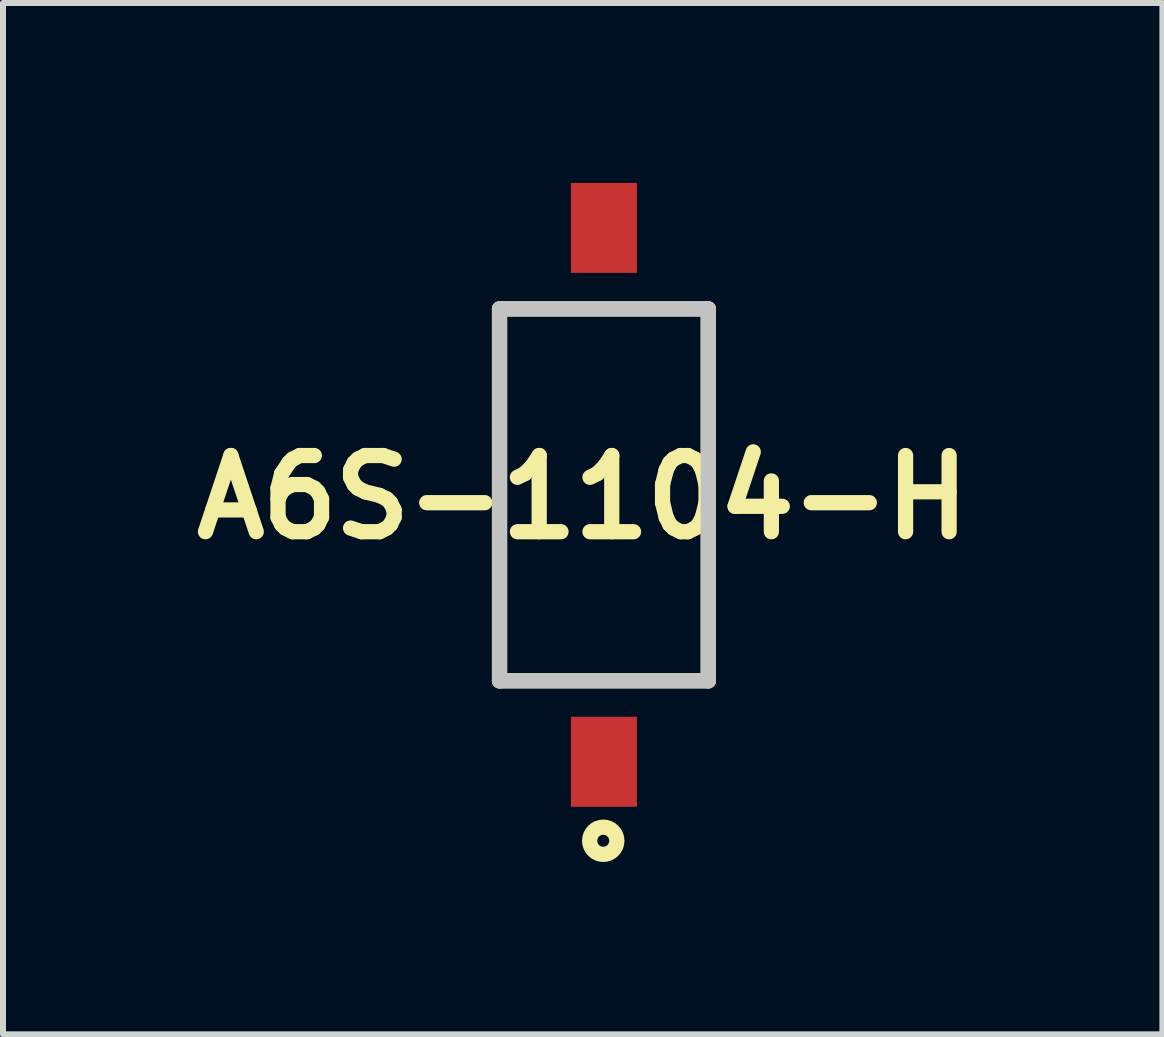
<source format=kicad_pcb>
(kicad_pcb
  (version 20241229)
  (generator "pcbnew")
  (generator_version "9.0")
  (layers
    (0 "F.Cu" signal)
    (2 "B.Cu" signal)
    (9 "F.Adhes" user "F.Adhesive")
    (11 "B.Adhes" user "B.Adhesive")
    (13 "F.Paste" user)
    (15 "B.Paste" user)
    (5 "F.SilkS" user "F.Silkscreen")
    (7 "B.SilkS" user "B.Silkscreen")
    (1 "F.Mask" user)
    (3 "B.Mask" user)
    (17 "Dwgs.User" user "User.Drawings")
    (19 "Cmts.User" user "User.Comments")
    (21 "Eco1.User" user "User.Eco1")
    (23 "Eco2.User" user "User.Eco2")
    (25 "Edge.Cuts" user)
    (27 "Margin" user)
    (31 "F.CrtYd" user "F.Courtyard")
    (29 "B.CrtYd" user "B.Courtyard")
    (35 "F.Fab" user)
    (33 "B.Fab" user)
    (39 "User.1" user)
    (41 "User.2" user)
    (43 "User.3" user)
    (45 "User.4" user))
  (footprint "A6S-1104-H"
    (layer "F.Cu")
    (at 7.018 5.2)
    (property "Reference" "A6S-1104-H" (at -0.353 0.04 0) (layer "F.SilkS") (effects (font (size 1.27 1.27) (thickness 0.254))))
    (attr smd)
    (fp_line (start -1.74 -3.1) (end 1.74 -3.1) (stroke (width 0.254) (type solid)) (layer "F.SilkS"))
    (fp_line (start -1.74 3.1) (end -1.74 -3.1) (stroke (width 0.254) (type solid)) (layer "F.SilkS"))
    (fp_line (start 1.74 -3.1) (end 1.74 3.1) (stroke (width 0.254) (type solid)) (layer "F.SilkS"))
    (fp_line (start 1.74 3.1) (end -1.74 3.1) (stroke (width 0.254) (type solid)) (layer "F.SilkS"))
    (fp_circle (center -0.011 5.767) (end -0.111 5.767) (stroke (width 0.254) (type solid)) (fill no) (layer "F.SilkS"))
    (fp_line (start -1.74 -3.1) (end 1.74 -3.1) (stroke (width 0.254) (type solid)) (layer "Dwgs.User"))
    (fp_line (start -1.74 3.1) (end -1.74 -3.1) (stroke (width 0.254) (type solid)) (layer "Dwgs.User"))
    (fp_line (start 1.74 -3.1) (end 1.74 3.1) (stroke (width 0.254) (type solid)) (layer "Dwgs.User"))
    (fp_line (start 1.74 3.1) (end -1.74 3.1) (stroke (width 0.254) (type solid)) (layer "Dwgs.User"))
    (pad "1" smd rect (at 0 4.45) (size 1.1 1.5) (layers "F.Cu" "F.Mask" "F.Paste"))
    (pad "2" smd rect (at 0 -4.45) (size 1.1 1.5) (layers "F.Cu" "F.Mask" "F.Paste")))
  (gr_rect
    (start -3 -3)
    (end 16.329 14.194)
    (stroke (width 0.1) (type default))
    (fill no)
    (layer "Edge.Cuts")))
</source>
